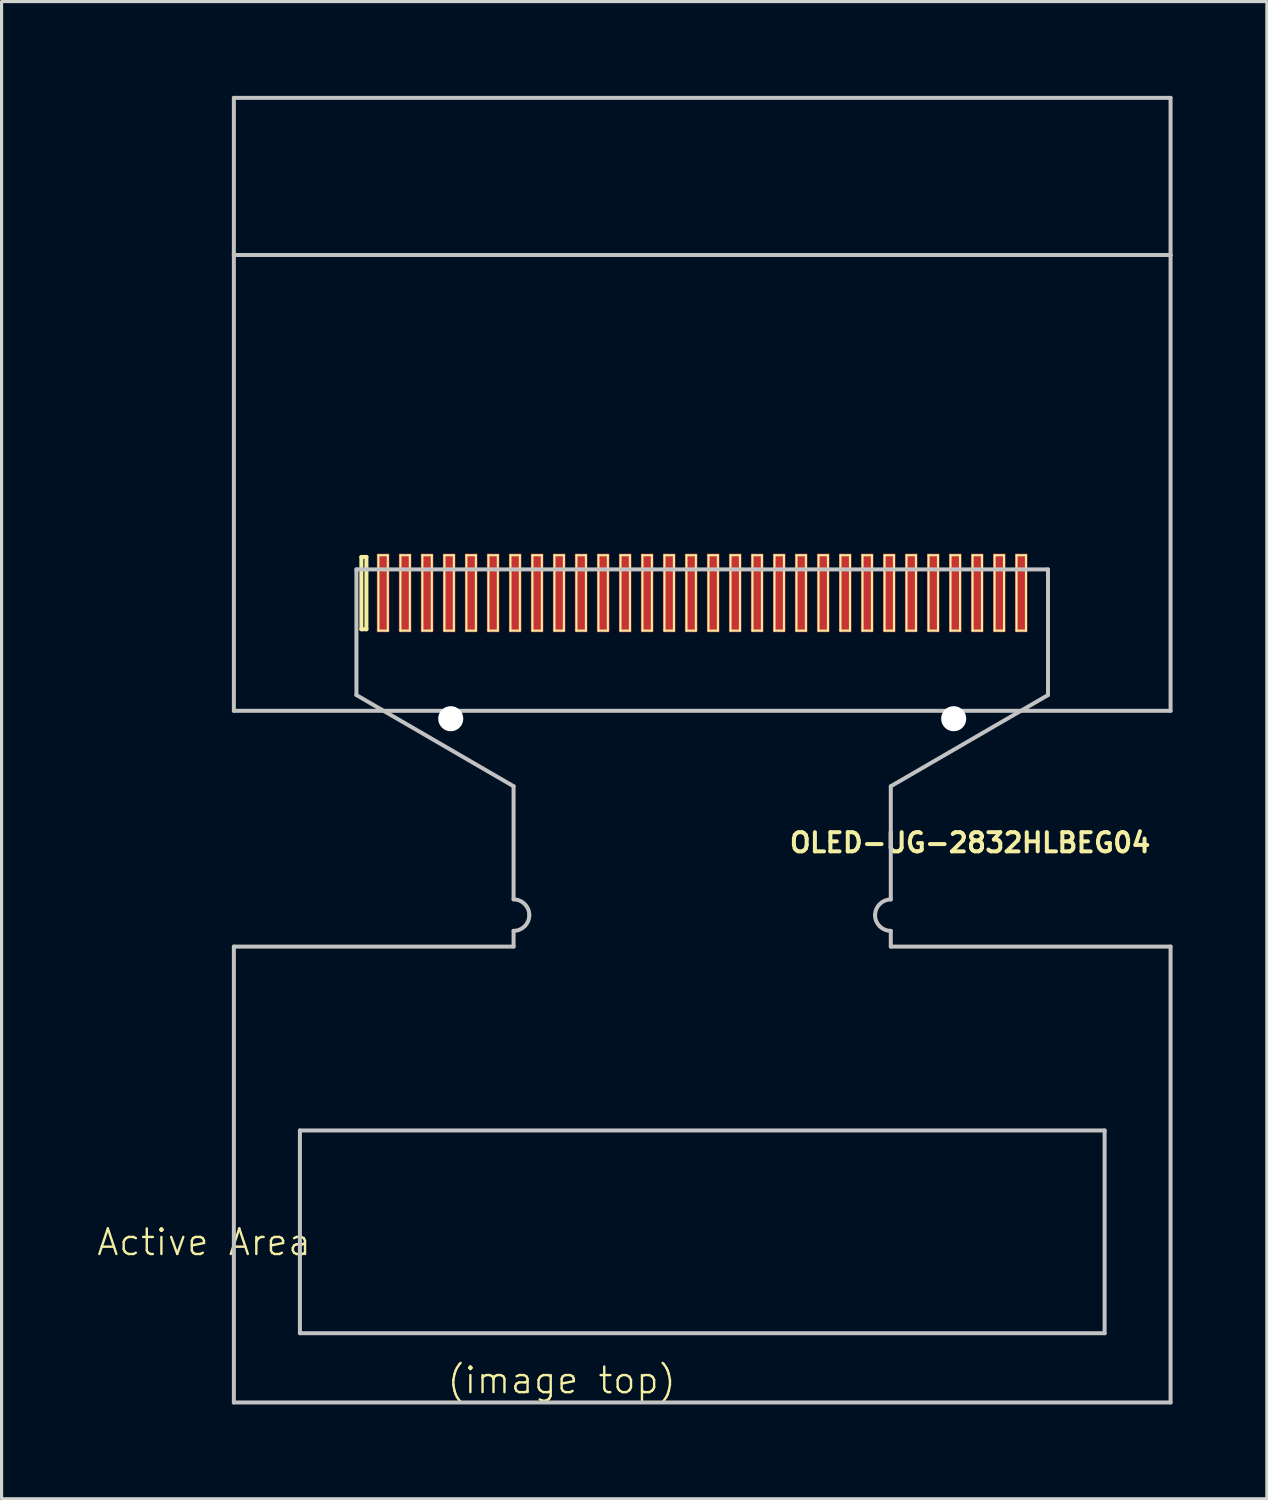
<source format=kicad_pcb>
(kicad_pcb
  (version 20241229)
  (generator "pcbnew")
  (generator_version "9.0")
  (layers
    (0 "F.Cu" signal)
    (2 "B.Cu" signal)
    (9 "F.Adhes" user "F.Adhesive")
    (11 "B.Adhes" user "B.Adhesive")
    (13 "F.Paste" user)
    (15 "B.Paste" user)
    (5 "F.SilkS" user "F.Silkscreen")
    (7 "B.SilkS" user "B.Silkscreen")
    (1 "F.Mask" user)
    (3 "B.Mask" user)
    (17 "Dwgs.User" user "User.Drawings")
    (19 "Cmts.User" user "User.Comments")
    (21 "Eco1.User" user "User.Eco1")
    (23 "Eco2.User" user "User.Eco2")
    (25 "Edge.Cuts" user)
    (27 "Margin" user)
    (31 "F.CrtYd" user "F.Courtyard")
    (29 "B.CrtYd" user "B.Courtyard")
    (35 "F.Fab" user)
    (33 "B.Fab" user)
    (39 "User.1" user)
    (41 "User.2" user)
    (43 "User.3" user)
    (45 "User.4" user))
  (footprint "OLED-UG-2832HLBEG04"
    (layer "F.Cu")
    (at 8.288 15.062)
    (property "Reference" "OLED-UG-2832HLBEG04" (at 19.522 8.694 0) (layer "F.SilkS") (effects (font (size 0.61 0.61) (thickness 0.127))))
    (attr smd)
    (fp_line (start 0.157 -0.396) (end 0.157 1.905) (stroke (width 0.127) (type solid)) (layer "F.SilkS"))
    (fp_line (start 0.157 1.905) (end 0.318 1.905) (stroke (width 0.127) (type solid)) (layer "F.SilkS"))
    (fp_line (start 0.318 -0.396) (end 0.157 -0.396) (stroke (width 0.127) (type solid)) (layer "F.SilkS"))
    (fp_line (start 0.318 1.905) (end 0.318 -0.396) (stroke (width 0.127) (type solid)) (layer "F.SilkS"))
    (fp_line (start 0.699 -0.45) (end 0.998 -0.45) (stroke (width 0.066) (type solid)) (layer "F.SilkS"))
    (fp_line (start 0.699 1.948) (end 0.699 -0.45) (stroke (width 0.066) (type solid)) (layer "F.SilkS"))
    (fp_line (start 0.699 1.948) (end 0.998 1.948) (stroke (width 0.066) (type solid)) (layer "F.SilkS"))
    (fp_line (start 0.998 1.948) (end 0.998 -0.45) (stroke (width 0.066) (type solid)) (layer "F.SilkS"))
    (fp_line (start 1.4 -0.45) (end 1.699 -0.45) (stroke (width 0.066) (type solid)) (layer "F.SilkS"))
    (fp_line (start 1.4 1.948) (end 1.4 -0.45) (stroke (width 0.066) (type solid)) (layer "F.SilkS"))
    (fp_line (start 1.4 1.948) (end 1.699 1.948) (stroke (width 0.066) (type solid)) (layer "F.SilkS"))
    (fp_line (start 1.699 1.948) (end 1.699 -0.45) (stroke (width 0.066) (type solid)) (layer "F.SilkS"))
    (fp_line (start 2.098 -0.45) (end 2.398 -0.45) (stroke (width 0.066) (type solid)) (layer "F.SilkS"))
    (fp_line (start 2.098 1.948) (end 2.098 -0.45) (stroke (width 0.066) (type solid)) (layer "F.SilkS"))
    (fp_line (start 2.098 1.948) (end 2.398 1.948) (stroke (width 0.066) (type solid)) (layer "F.SilkS"))
    (fp_line (start 2.398 1.948) (end 2.398 -0.45) (stroke (width 0.066) (type solid)) (layer "F.SilkS"))
    (fp_line (start 2.799 -0.45) (end 3.099 -0.45) (stroke (width 0.066) (type solid)) (layer "F.SilkS"))
    (fp_line (start 2.799 1.948) (end 2.799 -0.45) (stroke (width 0.066) (type solid)) (layer "F.SilkS"))
    (fp_line (start 2.799 1.948) (end 3.099 1.948) (stroke (width 0.066) (type solid)) (layer "F.SilkS"))
    (fp_line (start 3.099 1.948) (end 3.099 -0.45) (stroke (width 0.066) (type solid)) (layer "F.SilkS"))
    (fp_line (start 3.498 -0.45) (end 3.8 -0.45) (stroke (width 0.066) (type solid)) (layer "F.SilkS"))
    (fp_line (start 3.498 1.948) (end 3.498 -0.45) (stroke (width 0.066) (type solid)) (layer "F.SilkS"))
    (fp_line (start 3.498 1.948) (end 3.8 1.948) (stroke (width 0.066) (type solid)) (layer "F.SilkS"))
    (fp_line (start 3.8 1.948) (end 3.8 -0.45) (stroke (width 0.066) (type solid)) (layer "F.SilkS"))
    (fp_line (start 4.199 -0.45) (end 4.498 -0.45) (stroke (width 0.066) (type solid)) (layer "F.SilkS"))
    (fp_line (start 4.199 1.948) (end 4.199 -0.45) (stroke (width 0.066) (type solid)) (layer "F.SilkS"))
    (fp_line (start 4.199 1.948) (end 4.498 1.948) (stroke (width 0.066) (type solid)) (layer "F.SilkS"))
    (fp_line (start 4.498 1.948) (end 4.498 -0.45) (stroke (width 0.066) (type solid)) (layer "F.SilkS"))
    (fp_line (start 4.9 -0.45) (end 5.199 -0.45) (stroke (width 0.066) (type solid)) (layer "F.SilkS"))
    (fp_line (start 4.9 1.948) (end 4.9 -0.45) (stroke (width 0.066) (type solid)) (layer "F.SilkS"))
    (fp_line (start 4.9 1.948) (end 5.199 1.948) (stroke (width 0.066) (type solid)) (layer "F.SilkS"))
    (fp_line (start 5.199 1.948) (end 5.199 -0.45) (stroke (width 0.066) (type solid)) (layer "F.SilkS"))
    (fp_line (start 5.598 -0.45) (end 5.898 -0.45) (stroke (width 0.066) (type solid)) (layer "F.SilkS"))
    (fp_line (start 5.598 1.948) (end 5.598 -0.45) (stroke (width 0.066) (type solid)) (layer "F.SilkS"))
    (fp_line (start 5.598 1.948) (end 5.898 1.948) (stroke (width 0.066) (type solid)) (layer "F.SilkS"))
    (fp_line (start 5.898 1.948) (end 5.898 -0.45) (stroke (width 0.066) (type solid)) (layer "F.SilkS"))
    (fp_line (start 6.299 -0.45) (end 6.599 -0.45) (stroke (width 0.066) (type solid)) (layer "F.SilkS"))
    (fp_line (start 6.299 1.948) (end 6.299 -0.45) (stroke (width 0.066) (type solid)) (layer "F.SilkS"))
    (fp_line (start 6.299 1.948) (end 6.599 1.948) (stroke (width 0.066) (type solid)) (layer "F.SilkS"))
    (fp_line (start 6.599 1.948) (end 6.599 -0.45) (stroke (width 0.066) (type solid)) (layer "F.SilkS"))
    (fp_line (start 6.998 -0.45) (end 7.3 -0.45) (stroke (width 0.066) (type solid)) (layer "F.SilkS"))
    (fp_line (start 6.998 1.948) (end 6.998 -0.45) (stroke (width 0.066) (type solid)) (layer "F.SilkS"))
    (fp_line (start 6.998 1.948) (end 7.3 1.948) (stroke (width 0.066) (type solid)) (layer "F.SilkS"))
    (fp_line (start 7.3 1.948) (end 7.3 -0.45) (stroke (width 0.066) (type solid)) (layer "F.SilkS"))
    (fp_line (start 7.699 -0.45) (end 7.998 -0.45) (stroke (width 0.066) (type solid)) (layer "F.SilkS"))
    (fp_line (start 7.699 1.948) (end 7.699 -0.45) (stroke (width 0.066) (type solid)) (layer "F.SilkS"))
    (fp_line (start 7.699 1.948) (end 7.998 1.948) (stroke (width 0.066) (type solid)) (layer "F.SilkS"))
    (fp_line (start 7.998 1.948) (end 7.998 -0.45) (stroke (width 0.066) (type solid)) (layer "F.SilkS"))
    (fp_line (start 8.4 -0.45) (end 8.7 -0.45) (stroke (width 0.066) (type solid)) (layer "F.SilkS"))
    (fp_line (start 8.4 1.948) (end 8.4 -0.45) (stroke (width 0.066) (type solid)) (layer "F.SilkS"))
    (fp_line (start 8.4 1.948) (end 8.7 1.948) (stroke (width 0.066) (type solid)) (layer "F.SilkS"))
    (fp_line (start 8.7 1.948) (end 8.7 -0.45) (stroke (width 0.066) (type solid)) (layer "F.SilkS"))
    (fp_line (start 9.098 -0.45) (end 9.398 -0.45) (stroke (width 0.066) (type solid)) (layer "F.SilkS"))
    (fp_line (start 9.098 1.948) (end 9.098 -0.45) (stroke (width 0.066) (type solid)) (layer "F.SilkS"))
    (fp_line (start 9.098 1.948) (end 9.398 1.948) (stroke (width 0.066) (type solid)) (layer "F.SilkS"))
    (fp_line (start 9.398 1.948) (end 9.398 -0.45) (stroke (width 0.066) (type solid)) (layer "F.SilkS"))
    (fp_line (start 9.799 -0.45) (end 10.099 -0.45) (stroke (width 0.066) (type solid)) (layer "F.SilkS"))
    (fp_line (start 9.799 1.948) (end 9.799 -0.45) (stroke (width 0.066) (type solid)) (layer "F.SilkS"))
    (fp_line (start 9.799 1.948) (end 10.099 1.948) (stroke (width 0.066) (type solid)) (layer "F.SilkS"))
    (fp_line (start 10.099 1.948) (end 10.099 -0.45) (stroke (width 0.066) (type solid)) (layer "F.SilkS"))
    (fp_line (start 10.498 -0.45) (end 10.798 -0.45) (stroke (width 0.066) (type solid)) (layer "F.SilkS"))
    (fp_line (start 10.498 1.948) (end 10.498 -0.45) (stroke (width 0.066) (type solid)) (layer "F.SilkS"))
    (fp_line (start 10.498 1.948) (end 10.798 1.948) (stroke (width 0.066) (type solid)) (layer "F.SilkS"))
    (fp_line (start 10.798 1.948) (end 10.798 -0.45) (stroke (width 0.066) (type solid)) (layer "F.SilkS"))
    (fp_line (start 11.199 -0.45) (end 11.499 -0.45) (stroke (width 0.066) (type solid)) (layer "F.SilkS"))
    (fp_line (start 11.199 1.948) (end 11.199 -0.45) (stroke (width 0.066) (type solid)) (layer "F.SilkS"))
    (fp_line (start 11.199 1.948) (end 11.499 1.948) (stroke (width 0.066) (type solid)) (layer "F.SilkS"))
    (fp_line (start 11.499 1.948) (end 11.499 -0.45) (stroke (width 0.066) (type solid)) (layer "F.SilkS"))
    (fp_line (start 11.9 -0.45) (end 12.2 -0.45) (stroke (width 0.066) (type solid)) (layer "F.SilkS"))
    (fp_line (start 11.9 1.948) (end 11.9 -0.45) (stroke (width 0.066) (type solid)) (layer "F.SilkS"))
    (fp_line (start 11.9 1.948) (end 12.2 1.948) (stroke (width 0.066) (type solid)) (layer "F.SilkS"))
    (fp_line (start 12.2 1.948) (end 12.2 -0.45) (stroke (width 0.066) (type solid)) (layer "F.SilkS"))
    (fp_line (start 12.598 -0.45) (end 12.898 -0.45) (stroke (width 0.066) (type solid)) (layer "F.SilkS"))
    (fp_line (start 12.598 1.948) (end 12.598 -0.45) (stroke (width 0.066) (type solid)) (layer "F.SilkS"))
    (fp_line (start 12.598 1.948) (end 12.898 1.948) (stroke (width 0.066) (type solid)) (layer "F.SilkS"))
    (fp_line (start 12.898 1.948) (end 12.898 -0.45) (stroke (width 0.066) (type solid)) (layer "F.SilkS"))
    (fp_line (start 13.299 -0.45) (end 13.599 -0.45) (stroke (width 0.066) (type solid)) (layer "F.SilkS"))
    (fp_line (start 13.299 1.948) (end 13.299 -0.45) (stroke (width 0.066) (type solid)) (layer "F.SilkS"))
    (fp_line (start 13.299 1.948) (end 13.599 1.948) (stroke (width 0.066) (type solid)) (layer "F.SilkS"))
    (fp_line (start 13.599 1.948) (end 13.599 -0.45) (stroke (width 0.066) (type solid)) (layer "F.SilkS"))
    (fp_line (start 13.998 -0.45) (end 14.298 -0.45) (stroke (width 0.066) (type solid)) (layer "F.SilkS"))
    (fp_line (start 13.998 1.948) (end 13.998 -0.45) (stroke (width 0.066) (type solid)) (layer "F.SilkS"))
    (fp_line (start 13.998 1.948) (end 14.298 1.948) (stroke (width 0.066) (type solid)) (layer "F.SilkS"))
    (fp_line (start 14.298 1.948) (end 14.298 -0.45) (stroke (width 0.066) (type solid)) (layer "F.SilkS"))
    (fp_line (start 14.699 -0.45) (end 14.999 -0.45) (stroke (width 0.066) (type solid)) (layer "F.SilkS"))
    (fp_line (start 14.699 1.948) (end 14.699 -0.45) (stroke (width 0.066) (type solid)) (layer "F.SilkS"))
    (fp_line (start 14.699 1.948) (end 14.999 1.948) (stroke (width 0.066) (type solid)) (layer "F.SilkS"))
    (fp_line (start 14.999 1.948) (end 14.999 -0.45) (stroke (width 0.066) (type solid)) (layer "F.SilkS"))
    (fp_line (start 15.397 -0.45) (end 15.7 -0.45) (stroke (width 0.066) (type solid)) (layer "F.SilkS"))
    (fp_line (start 15.397 1.948) (end 15.397 -0.45) (stroke (width 0.066) (type solid)) (layer "F.SilkS"))
    (fp_line (start 15.397 1.948) (end 15.7 1.948) (stroke (width 0.066) (type solid)) (layer "F.SilkS"))
    (fp_line (start 15.7 1.948) (end 15.7 -0.45) (stroke (width 0.066) (type solid)) (layer "F.SilkS"))
    (fp_line (start 16.099 -0.45) (end 16.398 -0.45) (stroke (width 0.066) (type solid)) (layer "F.SilkS"))
    (fp_line (start 16.099 1.948) (end 16.099 -0.45) (stroke (width 0.066) (type solid)) (layer "F.SilkS"))
    (fp_line (start 16.099 1.948) (end 16.398 1.948) (stroke (width 0.066) (type solid)) (layer "F.SilkS"))
    (fp_line (start 16.398 1.948) (end 16.398 -0.45) (stroke (width 0.066) (type solid)) (layer "F.SilkS"))
    (fp_line (start 16.8 -0.45) (end 17.099 -0.45) (stroke (width 0.066) (type solid)) (layer "F.SilkS"))
    (fp_line (start 16.8 1.948) (end 16.8 -0.45) (stroke (width 0.066) (type solid)) (layer "F.SilkS"))
    (fp_line (start 16.8 1.948) (end 17.099 1.948) (stroke (width 0.066) (type solid)) (layer "F.SilkS"))
    (fp_line (start 17.099 1.948) (end 17.099 -0.45) (stroke (width 0.066) (type solid)) (layer "F.SilkS"))
    (fp_line (start 17.498 -0.45) (end 17.798 -0.45) (stroke (width 0.066) (type solid)) (layer "F.SilkS"))
    (fp_line (start 17.498 1.948) (end 17.498 -0.45) (stroke (width 0.066) (type solid)) (layer "F.SilkS"))
    (fp_line (start 17.498 1.948) (end 17.798 1.948) (stroke (width 0.066) (type solid)) (layer "F.SilkS"))
    (fp_line (start 17.798 1.948) (end 17.798 -0.45) (stroke (width 0.066) (type solid)) (layer "F.SilkS"))
    (fp_line (start 18.199 -0.45) (end 18.499 -0.45) (stroke (width 0.066) (type solid)) (layer "F.SilkS"))
    (fp_line (start 18.199 1.948) (end 18.199 -0.45) (stroke (width 0.066) (type solid)) (layer "F.SilkS"))
    (fp_line (start 18.199 1.948) (end 18.499 1.948) (stroke (width 0.066) (type solid)) (layer "F.SilkS"))
    (fp_line (start 18.499 1.948) (end 18.499 -0.45) (stroke (width 0.066) (type solid)) (layer "F.SilkS"))
    (fp_line (start 18.898 -0.45) (end 19.2 -0.45) (stroke (width 0.066) (type solid)) (layer "F.SilkS"))
    (fp_line (start 18.898 1.948) (end 18.898 -0.45) (stroke (width 0.066) (type solid)) (layer "F.SilkS"))
    (fp_line (start 18.898 1.948) (end 19.2 1.948) (stroke (width 0.066) (type solid)) (layer "F.SilkS"))
    (fp_line (start 19.2 1.948) (end 19.2 -0.45) (stroke (width 0.066) (type solid)) (layer "F.SilkS"))
    (fp_line (start 19.599 -0.45) (end 19.898 -0.45) (stroke (width 0.066) (type solid)) (layer "F.SilkS"))
    (fp_line (start 19.599 1.948) (end 19.599 -0.45) (stroke (width 0.066) (type solid)) (layer "F.SilkS"))
    (fp_line (start 19.599 1.948) (end 19.898 1.948) (stroke (width 0.066) (type solid)) (layer "F.SilkS"))
    (fp_line (start 19.898 1.948) (end 19.898 -0.45) (stroke (width 0.066) (type solid)) (layer "F.SilkS"))
    (fp_line (start 20.3 -0.45) (end 20.599 -0.45) (stroke (width 0.066) (type solid)) (layer "F.SilkS"))
    (fp_line (start 20.3 1.948) (end 20.3 -0.45) (stroke (width 0.066) (type solid)) (layer "F.SilkS"))
    (fp_line (start 20.3 1.948) (end 20.599 1.948) (stroke (width 0.066) (type solid)) (layer "F.SilkS"))
    (fp_line (start 20.599 1.948) (end 20.599 -0.45) (stroke (width 0.066) (type solid)) (layer "F.SilkS"))
    (fp_line (start 20.998 -0.45) (end 21.298 -0.45) (stroke (width 0.066) (type solid)) (layer "F.SilkS"))
    (fp_line (start 20.998 1.948) (end 20.998 -0.45) (stroke (width 0.066) (type solid)) (layer "F.SilkS"))
    (fp_line (start 20.998 1.948) (end 21.298 1.948) (stroke (width 0.066) (type solid)) (layer "F.SilkS"))
    (fp_line (start 21.298 1.948) (end 21.298 -0.45) (stroke (width 0.066) (type solid)) (layer "F.SilkS"))
    (fp_line (start -3.899 -14.999) (end 25.898 -14.999) (stroke (width 0.127) (type solid)) (layer "Dwgs.User"))
    (fp_line (start -3.899 -10) (end -3.899 -14.999) (stroke (width 0.127) (type solid)) (layer "Dwgs.User"))
    (fp_line (start -3.899 -10) (end 25.898 -10) (stroke (width 0.127) (type solid)) (layer "Dwgs.User"))
    (fp_line (start -3.899 4.498) (end -3.899 -10) (stroke (width 0.127) (type solid)) (layer "Dwgs.User"))
    (fp_line (start -3.899 11.999) (end -3.899 26.5) (stroke (width 0.127) (type solid)) (layer "Dwgs.User"))
    (fp_line (start -1.798 17.849) (end -1.798 24.298) (stroke (width 0.127) (type solid)) (layer "Dwgs.User"))
    (fp_line (start -1.798 24.298) (end 23.8 24.298) (stroke (width 0.127) (type solid)) (layer "Dwgs.User"))
    (fp_line (start 0 0) (end 0 3.998) (stroke (width 0.127) (type solid)) (layer "Dwgs.User"))
    (fp_line (start 0 3.998) (end 4.999 6.899) (stroke (width 0.127) (type solid)) (layer "Dwgs.User"))
    (fp_line (start 4.999 6.899) (end 4.999 10.498) (stroke (width 0.127) (type solid)) (layer "Dwgs.User"))
    (fp_line (start 4.999 11.499) (end 4.999 11.999) (stroke (width 0.127) (type solid)) (layer "Dwgs.User"))
    (fp_line (start 4.999 11.999) (end -3.899 11.999) (stroke (width 0.127) (type solid)) (layer "Dwgs.User"))
    (fp_line (start 16.998 6.899) (end 16.998 10.498) (stroke (width 0.127) (type solid)) (layer "Dwgs.User"))
    (fp_line (start 16.998 11.499) (end 16.998 11.999) (stroke (width 0.127) (type solid)) (layer "Dwgs.User"))
    (fp_line (start 16.998 11.999) (end 25.898 11.999) (stroke (width 0.127) (type solid)) (layer "Dwgs.User"))
    (fp_line (start 21.999 0) (end 0 0) (stroke (width 0.127) (type solid)) (layer "Dwgs.User"))
    (fp_line (start 21.999 0) (end 21.999 3.998) (stroke (width 0.127) (type solid)) (layer "Dwgs.User"))
    (fp_line (start 21.999 3.998) (end 16.998 6.899) (stroke (width 0.127) (type solid)) (layer "Dwgs.User"))
    (fp_line (start 23.8 17.849) (end -1.798 17.849) (stroke (width 0.127) (type solid)) (layer "Dwgs.User"))
    (fp_line (start 23.8 24.298) (end 23.8 17.849) (stroke (width 0.127) (type solid)) (layer "Dwgs.User"))
    (fp_line (start 25.898 -14.999) (end 25.898 -10) (stroke (width 0.127) (type solid)) (layer "Dwgs.User"))
    (fp_line (start 25.898 -10) (end 25.898 4.498) (stroke (width 0.127) (type solid)) (layer "Dwgs.User"))
    (fp_line (start 25.898 4.498) (end -3.899 4.498) (stroke (width 0.127) (type solid)) (layer "Dwgs.User"))
    (fp_line (start 25.898 11.999) (end 25.898 26.5) (stroke (width 0.127) (type solid)) (layer "Dwgs.User"))
    (fp_line (start 25.898 26.5) (end -3.899 26.5) (stroke (width 0.127) (type solid)) (layer "Dwgs.User"))
    (fp_arc (start 4.99872 10.49782) (mid 5.352542 10.644378) (end 5.4991 10.9982) (stroke (width 0.127) (type solid)) (layer "Dwgs.User"))
    (fp_arc (start 5.4991 10.9982) (mid 5.352542 11.352022) (end 4.99872 11.49858) (stroke (width 0.127) (type solid)) (layer "Dwgs.User"))
    (fp_arc (start 16.49984 10.9982) (mid 16.645654 10.646174) (end 16.99768 10.50036) (stroke (width 0.127) (type solid)) (layer "Dwgs.User"))
    (fp_arc (start 16.99768 11.49858) (mid 16.643858 11.352022) (end 16.4973 10.9982) (stroke (width 0.127) (type solid)) (layer "Dwgs.User"))
    (fp_text user "(image top)" (at 6.528 25.799 180) (layer "F.SilkS") (effects (font (size 0.813 0.813) (thickness 0.076))))
    (fp_text user "Active Area\n" (at -4.849 21.405 180) (layer "F.SilkS") (effects (font (size 0.813 0.813) (thickness 0.076))))
    (pad "" np_thru_hole circle (at 3 4.75) (size 0.798 0.798) (drill 0.798) (layers "*.Cu" "*.Mask"))
    (pad "" np_thru_hole circle (at 18.999 4.75) (size 0.798 0.798) (drill 0.798) (layers "*.Cu" "*.Mask"))
    (pad "1" smd rect (at 0.848 0.749) (size 0.399 2.499) (layers "F.Cu" "F.Mask" "F.Paste"))
    (pad "2" smd rect (at 1.549 0.749) (size 0.399 2.499) (layers "F.Cu" "F.Mask" "F.Paste"))
    (pad "3" smd rect (at 2.248 0.749) (size 0.399 2.499) (layers "F.Cu" "F.Mask" "F.Paste"))
    (pad "4" smd rect (at 2.949 0.749) (size 0.399 2.499) (layers "F.Cu" "F.Mask" "F.Paste"))
    (pad "5" smd rect (at 3.65 0.749) (size 0.399 2.499) (layers "F.Cu" "F.Mask" "F.Paste"))
    (pad "6" smd rect (at 4.348 0.749) (size 0.399 2.499) (layers "F.Cu" "F.Mask" "F.Paste"))
    (pad "7" smd rect (at 5.05 0.749) (size 0.399 2.499) (layers "F.Cu" "F.Mask" "F.Paste"))
    (pad "8" smd rect (at 5.748 0.749) (size 0.399 2.499) (layers "F.Cu" "F.Mask" "F.Paste"))
    (pad "9" smd rect (at 6.449 0.749) (size 0.399 2.499) (layers "F.Cu" "F.Mask" "F.Paste"))
    (pad "10" smd rect (at 7.148 0.749) (size 0.399 2.499) (layers "F.Cu" "F.Mask" "F.Paste"))
    (pad "11" smd rect (at 7.849 0.749) (size 0.399 2.499) (layers "F.Cu" "F.Mask" "F.Paste"))
    (pad "12" smd rect (at 8.55 0.749) (size 0.399 2.499) (layers "F.Cu" "F.Mask" "F.Paste"))
    (pad "13" smd rect (at 9.248 0.749) (size 0.399 2.499) (layers "F.Cu" "F.Mask" "F.Paste"))
    (pad "14" smd rect (at 9.949 0.749) (size 0.399 2.499) (layers "F.Cu" "F.Mask" "F.Paste"))
    (pad "15" smd rect (at 10.648 0.749) (size 0.399 2.499) (layers "F.Cu" "F.Mask" "F.Paste"))
    (pad "16" smd rect (at 11.349 0.749) (size 0.399 2.499) (layers "F.Cu" "F.Mask" "F.Paste"))
    (pad "17" smd rect (at 12.05 0.749) (size 0.399 2.499) (layers "F.Cu" "F.Mask" "F.Paste"))
    (pad "18" smd rect (at 12.748 0.749) (size 0.399 2.499) (layers "F.Cu" "F.Mask" "F.Paste"))
    (pad "19" smd rect (at 13.449 0.749) (size 0.399 2.499) (layers "F.Cu" "F.Mask" "F.Paste"))
    (pad "20" smd rect (at 14.148 0.749) (size 0.399 2.499) (layers "F.Cu" "F.Mask" "F.Paste"))
    (pad "21" smd rect (at 14.849 0.749) (size 0.399 2.499) (layers "F.Cu" "F.Mask" "F.Paste"))
    (pad "22" smd rect (at 15.55 0.749) (size 0.399 2.499) (layers "F.Cu" "F.Mask" "F.Paste"))
    (pad "23" smd rect (at 16.248 0.749) (size 0.399 2.499) (layers "F.Cu" "F.Mask" "F.Paste"))
    (pad "24" smd rect (at 16.949 0.749) (size 0.399 2.499) (layers "F.Cu" "F.Mask" "F.Paste"))
    (pad "25" smd rect (at 17.648 0.749) (size 0.399 2.499) (layers "F.Cu" "F.Mask" "F.Paste"))
    (pad "26" smd rect (at 18.349 0.749) (size 0.399 2.499) (layers "F.Cu" "F.Mask" "F.Paste"))
    (pad "27" smd rect (at 19.05 0.749) (size 0.399 2.499) (layers "F.Cu" "F.Mask" "F.Paste"))
    (pad "28" smd rect (at 19.748 0.749) (size 0.399 2.499) (layers "F.Cu" "F.Mask" "F.Paste"))
    (pad "29" smd rect (at 20.45 0.749) (size 0.399 2.499) (layers "F.Cu" "F.Mask" "F.Paste"))
    (pad "30" smd rect (at 21.148 0.749) (size 0.399 2.499) (layers "F.Cu" "F.Mask" "F.Paste")))
  (gr_rect
    (start -3 -3)
    (end 37.249 44.626)
    (stroke (width 0.1) (type default))
    (fill no)
    (layer "Edge.Cuts")))
</source>
